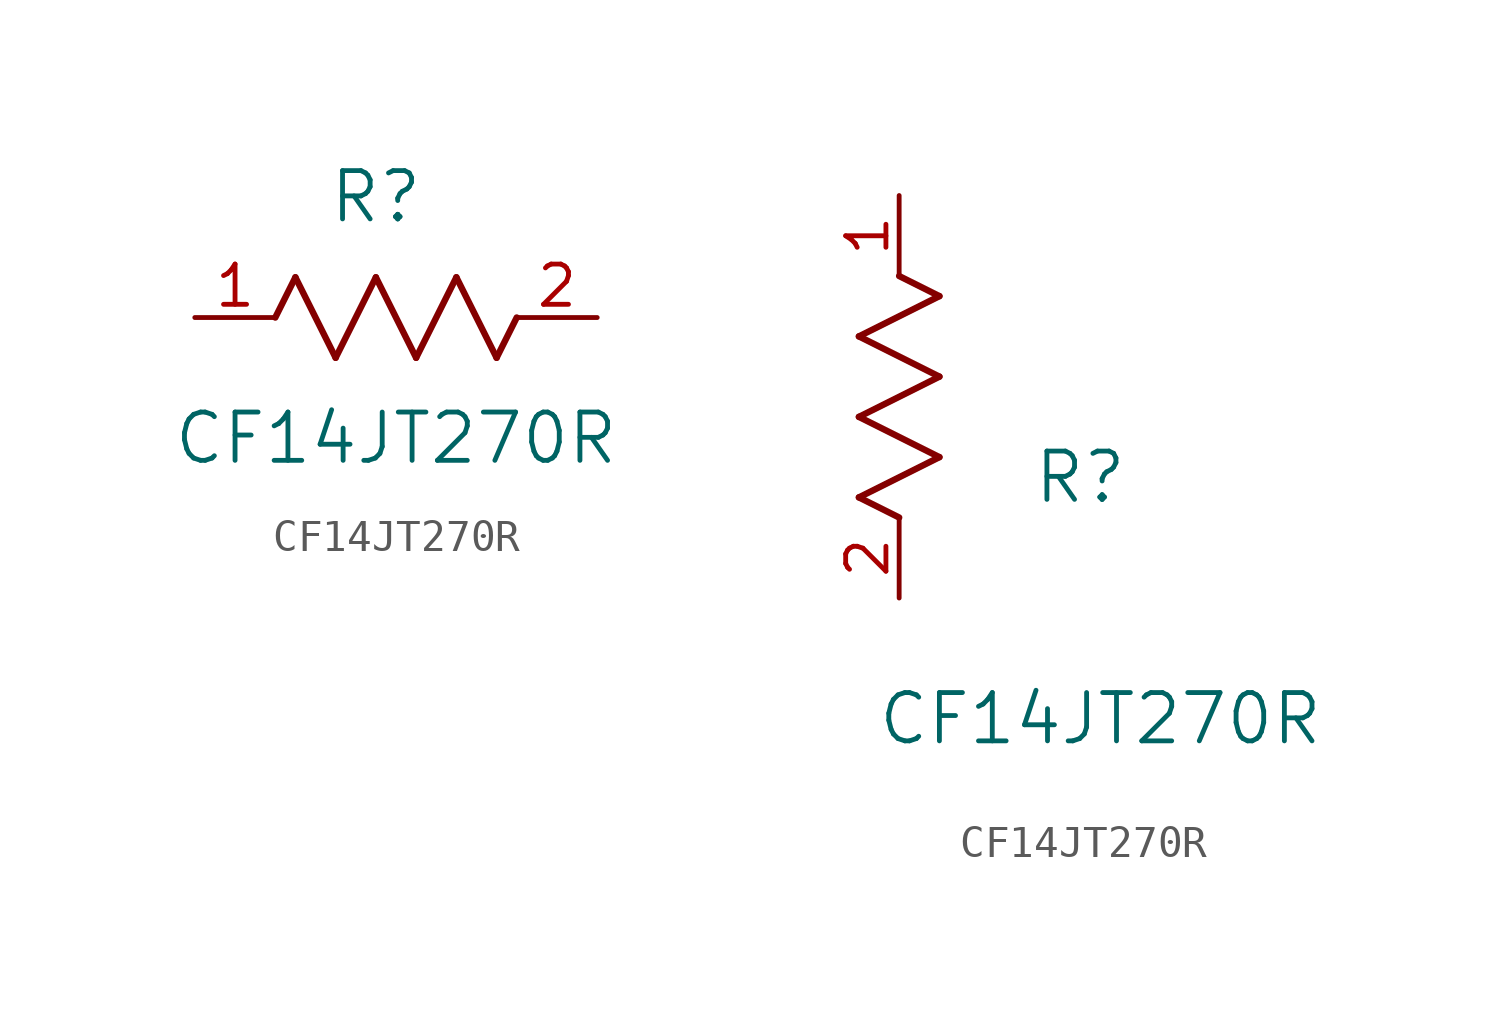
<source format=kicad_sym>
(kicad_symbol_lib
  (version 20211014)
  (generator kicad_symbol_editor)
  (symbol "CF14JT270R"
    (pin_names
      (offset 0.254))
    (property "Reference" "R"
      (at 5.715 3.81 0)
      (effects (font (size 1.524 1.524))))
    (property "Value" "CF14JT270R"
      (at 6.35 -3.81 0)
      (effects (font (size 1.524 1.524))))
    (symbol "CF14JT270R_1_1"
      (polyline (pts (xy 3.175 1.27) (xy 4.445 -1.27)) (stroke (width 0.203) (type default) (color 0 0 0 0)) (fill (type none)))
      (polyline (pts (xy 4.445 -1.27) (xy 5.715 1.27)) (stroke (width 0.203) (type default) (color 0 0 0 0)) (fill (type none)))
      (polyline (pts (xy 5.715 1.27) (xy 6.985 -1.27)) (stroke (width 0.203) (type default) (color 0 0 0 0)) (fill (type none)))
      (polyline (pts (xy 6.985 -1.27) (xy 8.255 1.27)) (stroke (width 0.203) (type default) (color 0 0 0 0)) (fill (type none)))
      (polyline (pts (xy 8.255 1.27) (xy 9.525 -1.27)) (stroke (width 0.203) (type default) (color 0 0 0 0)) (fill (type none)))
      (polyline (pts (xy 2.54 0) (xy 3.175 1.27)) (stroke (width 0.203) (type default) (color 0 0 0 0)) (fill (type none)))
      (polyline (pts (xy 9.525 -1.27) (xy 10.16 0)) (stroke (width 0.203) (type default) (color 0 0 0 0)) (fill (type none)))
      (pin unspecified line (at 0 0 0) (length 2.54) (name "" (effects (font (size 1.27 1.27)))) (number "1" (effects (font (size 1.27 1.27)))))
      (pin unspecified line (at 12.7 0 180) (length 2.54) (name "" (effects (font (size 1.27 1.27)))) (number "2" (effects (font (size 1.27 1.27))))))
    (symbol "CF14JT270R_1_2"
      (polyline (pts (xy 0 2.54) (xy -1.27 3.175)) (stroke (width 0.203) (type default) (color 0 0 0 0)) (fill (type none)))
      (polyline (pts (xy -1.27 3.175) (xy 1.27 4.445)) (stroke (width 0.203) (type default) (color 0 0 0 0)) (fill (type none)))
      (polyline (pts (xy 1.27 4.445) (xy -1.27 5.715)) (stroke (width 0.203) (type default) (color 0 0 0 0)) (fill (type none)))
      (polyline (pts (xy -1.27 5.715) (xy 1.27 6.985)) (stroke (width 0.203) (type default) (color 0 0 0 0)) (fill (type none)))
      (polyline (pts (xy -1.27 8.255) (xy 1.27 9.525)) (stroke (width 0.203) (type default) (color 0 0 0 0)) (fill (type none)))
      (polyline (pts (xy 1.27 9.525) (xy 0 10.16)) (stroke (width 0.203) (type default) (color 0 0 0 0)) (fill (type none)))
      (polyline (pts (xy 1.27 6.985) (xy -1.27 8.255)) (stroke (width 0.203) (type default) (color 0 0 0 0)) (fill (type none)))
      (pin unspecified line (at 0 12.7 270) (length 2.54) (name "" (effects (font (size 1.27 1.27)))) (number "1" (effects (font (size 1.27 1.27)))))
      (pin unspecified line (at 0 0 90) (length 2.54) (name "" (effects (font (size 1.27 1.27)))) (number "2" (effects (font (size 1.27 1.27))))))))
</source>
